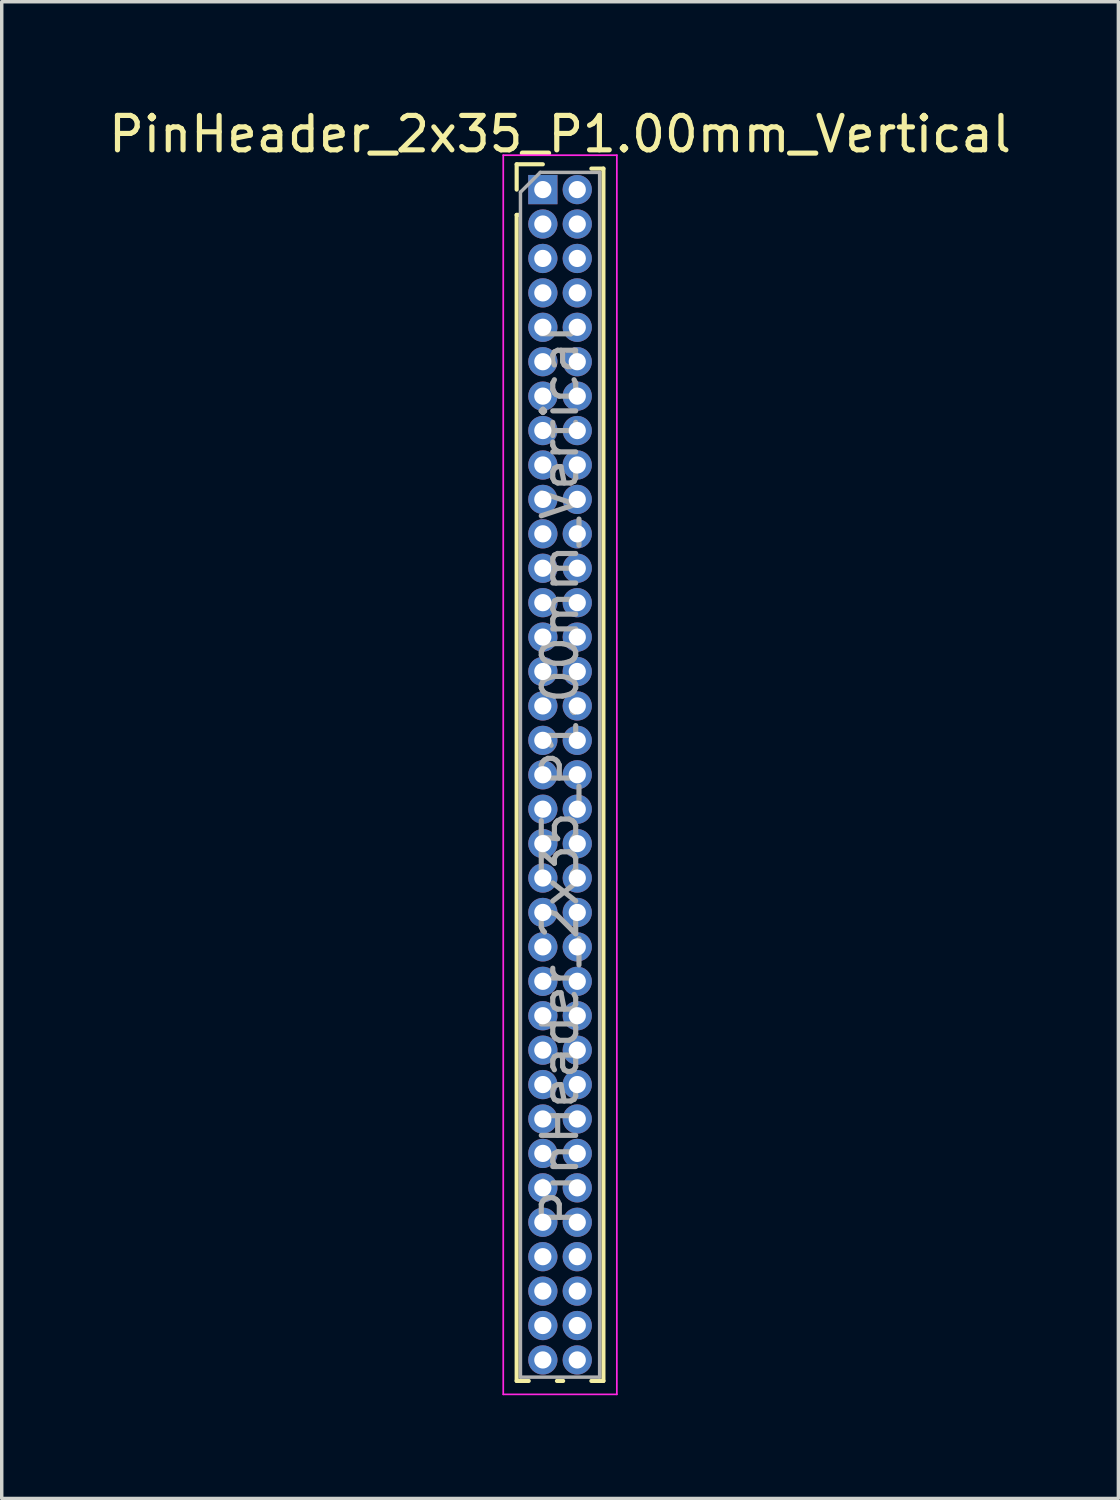
<source format=kicad_pcb>
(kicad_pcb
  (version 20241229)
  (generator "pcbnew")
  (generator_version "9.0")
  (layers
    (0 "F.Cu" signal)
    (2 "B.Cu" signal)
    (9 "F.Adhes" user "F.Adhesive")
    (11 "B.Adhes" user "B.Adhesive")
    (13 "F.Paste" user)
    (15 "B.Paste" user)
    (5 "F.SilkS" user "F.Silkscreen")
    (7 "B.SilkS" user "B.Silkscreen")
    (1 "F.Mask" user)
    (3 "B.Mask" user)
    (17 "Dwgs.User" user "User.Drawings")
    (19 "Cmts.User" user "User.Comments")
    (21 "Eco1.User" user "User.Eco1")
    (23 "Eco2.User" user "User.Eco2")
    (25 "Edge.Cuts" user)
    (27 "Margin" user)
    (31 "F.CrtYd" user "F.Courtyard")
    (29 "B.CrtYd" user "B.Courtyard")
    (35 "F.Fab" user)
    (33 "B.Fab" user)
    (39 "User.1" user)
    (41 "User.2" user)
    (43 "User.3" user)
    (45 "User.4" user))
  (footprint "PinHeader_2x35_P1.00mm_Vertical"
    (layer "F.Cu")
    (at 12.72 2.458)
    (property "Reference" "PinHeader_2x35_P1.00mm_Vertical" (at 0.5 -1.61 0) (layer "F.SilkS") (effects (font (size 1 1) (thickness 0.15))))
    (attr through_hole)
    (fp_line (start -0.76 -0.735) (end 0 -0.735) (stroke (width 0.12) (type solid)) (layer "F.SilkS"))
    (fp_line (start -0.76 0) (end -0.76 -0.735) (stroke (width 0.12) (type solid)) (layer "F.SilkS"))
    (fp_line (start -0.76 0.735) (end -0.76 34.61) (stroke (width 0.12) (type solid)) (layer "F.SilkS"))
    (fp_line (start -0.76 0.735) (end -0.686 0.735) (stroke (width 0.12) (type solid)) (layer "F.SilkS"))
    (fp_line (start -0.76 34.61) (end -0.41 34.61) (stroke (width 0.12) (type solid)) (layer "F.SilkS"))
    (fp_line (start 0.41 34.61) (end 0.59 34.61) (stroke (width 0.12) (type solid)) (layer "F.SilkS"))
    (fp_line (start 1.41 -0.61) (end 1.76 -0.61) (stroke (width 0.12) (type solid)) (layer "F.SilkS"))
    (fp_line (start 1.41 34.61) (end 1.76 34.61) (stroke (width 0.12) (type solid)) (layer "F.SilkS"))
    (fp_line (start 1.76 -0.61) (end 1.76 34.61) (stroke (width 0.12) (type solid)) (layer "F.SilkS"))
    (fp_line (start -1.15 -1) (end -1.15 35) (stroke (width 0.05) (type solid)) (layer "F.CrtYd"))
    (fp_line (start -1.15 35) (end 2.15 35) (stroke (width 0.05) (type solid)) (layer "F.CrtYd"))
    (fp_line (start 2.15 -1) (end -1.15 -1) (stroke (width 0.05) (type solid)) (layer "F.CrtYd"))
    (fp_line (start 2.15 35) (end 2.15 -1) (stroke (width 0.05) (type solid)) (layer "F.CrtYd"))
    (fp_line (start -0.65 0.075) (end -0.075 -0.5) (stroke (width 0.1) (type solid)) (layer "F.Fab"))
    (fp_line (start -0.65 34.5) (end -0.65 0.075) (stroke (width 0.1) (type solid)) (layer "F.Fab"))
    (fp_line (start -0.075 -0.5) (end 1.65 -0.5) (stroke (width 0.1) (type solid)) (layer "F.Fab"))
    (fp_line (start 1.65 -0.5) (end 1.65 34.5) (stroke (width 0.1) (type solid)) (layer "F.Fab"))
    (fp_line (start 1.65 34.5) (end -0.65 34.5) (stroke (width 0.1) (type solid)) (layer "F.Fab"))
    (fp_text user "${REFERENCE}" (at 0.5 17 90) (layer "F.Fab") (effects (font (size 1 1) (thickness 0.15))))
    (pad "1" thru_hole rect (at 0 0) (size 0.85 0.85) (drill 0.5) (layers "*.Cu" "*.Mask"))
    (pad "2" thru_hole circle (at 1 0) (size 0.85 0.85) (drill 0.5) (layers "*.Cu" "*.Mask"))
    (pad "3" thru_hole circle (at 0 1) (size 0.85 0.85) (drill 0.5) (layers "*.Cu" "*.Mask"))
    (pad "4" thru_hole circle (at 1 1) (size 0.85 0.85) (drill 0.5) (layers "*.Cu" "*.Mask"))
    (pad "5" thru_hole circle (at 0 2) (size 0.85 0.85) (drill 0.5) (layers "*.Cu" "*.Mask"))
    (pad "6" thru_hole circle (at 1 2) (size 0.85 0.85) (drill 0.5) (layers "*.Cu" "*.Mask"))
    (pad "7" thru_hole circle (at 0 3) (size 0.85 0.85) (drill 0.5) (layers "*.Cu" "*.Mask"))
    (pad "8" thru_hole circle (at 1 3) (size 0.85 0.85) (drill 0.5) (layers "*.Cu" "*.Mask"))
    (pad "9" thru_hole circle (at 0 4) (size 0.85 0.85) (drill 0.5) (layers "*.Cu" "*.Mask"))
    (pad "10" thru_hole circle (at 1 4) (size 0.85 0.85) (drill 0.5) (layers "*.Cu" "*.Mask"))
    (pad "11" thru_hole circle (at 0 5) (size 0.85 0.85) (drill 0.5) (layers "*.Cu" "*.Mask"))
    (pad "12" thru_hole circle (at 1 5) (size 0.85 0.85) (drill 0.5) (layers "*.Cu" "*.Mask"))
    (pad "13" thru_hole circle (at 0 6) (size 0.85 0.85) (drill 0.5) (layers "*.Cu" "*.Mask"))
    (pad "14" thru_hole circle (at 1 6) (size 0.85 0.85) (drill 0.5) (layers "*.Cu" "*.Mask"))
    (pad "15" thru_hole circle (at 0 7) (size 0.85 0.85) (drill 0.5) (layers "*.Cu" "*.Mask"))
    (pad "16" thru_hole circle (at 1 7) (size 0.85 0.85) (drill 0.5) (layers "*.Cu" "*.Mask"))
    (pad "17" thru_hole circle (at 0 8) (size 0.85 0.85) (drill 0.5) (layers "*.Cu" "*.Mask"))
    (pad "18" thru_hole circle (at 1 8) (size 0.85 0.85) (drill 0.5) (layers "*.Cu" "*.Mask"))
    (pad "19" thru_hole circle (at 0 9) (size 0.85 0.85) (drill 0.5) (layers "*.Cu" "*.Mask"))
    (pad "20" thru_hole circle (at 1 9) (size 0.85 0.85) (drill 0.5) (layers "*.Cu" "*.Mask"))
    (pad "21" thru_hole circle (at 0 10) (size 0.85 0.85) (drill 0.5) (layers "*.Cu" "*.Mask"))
    (pad "22" thru_hole circle (at 1 10) (size 0.85 0.85) (drill 0.5) (layers "*.Cu" "*.Mask"))
    (pad "23" thru_hole circle (at 0 11) (size 0.85 0.85) (drill 0.5) (layers "*.Cu" "*.Mask"))
    (pad "24" thru_hole circle (at 1 11) (size 0.85 0.85) (drill 0.5) (layers "*.Cu" "*.Mask"))
    (pad "25" thru_hole circle (at 0 12) (size 0.85 0.85) (drill 0.5) (layers "*.Cu" "*.Mask"))
    (pad "26" thru_hole circle (at 1 12) (size 0.85 0.85) (drill 0.5) (layers "*.Cu" "*.Mask"))
    (pad "27" thru_hole circle (at 0 13) (size 0.85 0.85) (drill 0.5) (layers "*.Cu" "*.Mask"))
    (pad "28" thru_hole circle (at 1 13) (size 0.85 0.85) (drill 0.5) (layers "*.Cu" "*.Mask"))
    (pad "29" thru_hole circle (at 0 14) (size 0.85 0.85) (drill 0.5) (layers "*.Cu" "*.Mask"))
    (pad "30" thru_hole circle (at 1 14) (size 0.85 0.85) (drill 0.5) (layers "*.Cu" "*.Mask"))
    (pad "31" thru_hole circle (at 0 15) (size 0.85 0.85) (drill 0.5) (layers "*.Cu" "*.Mask"))
    (pad "32" thru_hole circle (at 1 15) (size 0.85 0.85) (drill 0.5) (layers "*.Cu" "*.Mask"))
    (pad "33" thru_hole circle (at 0 16) (size 0.85 0.85) (drill 0.5) (layers "*.Cu" "*.Mask"))
    (pad "34" thru_hole circle (at 1 16) (size 0.85 0.85) (drill 0.5) (layers "*.Cu" "*.Mask"))
    (pad "35" thru_hole circle (at 0 17) (size 0.85 0.85) (drill 0.5) (layers "*.Cu" "*.Mask"))
    (pad "36" thru_hole circle (at 1 17) (size 0.85 0.85) (drill 0.5) (layers "*.Cu" "*.Mask"))
    (pad "37" thru_hole circle (at 0 18) (size 0.85 0.85) (drill 0.5) (layers "*.Cu" "*.Mask"))
    (pad "38" thru_hole circle (at 1 18) (size 0.85 0.85) (drill 0.5) (layers "*.Cu" "*.Mask"))
    (pad "39" thru_hole circle (at 0 19) (size 0.85 0.85) (drill 0.5) (layers "*.Cu" "*.Mask"))
    (pad "40" thru_hole circle (at 1 19) (size 0.85 0.85) (drill 0.5) (layers "*.Cu" "*.Mask"))
    (pad "41" thru_hole circle (at 0 20) (size 0.85 0.85) (drill 0.5) (layers "*.Cu" "*.Mask"))
    (pad "42" thru_hole circle (at 1 20) (size 0.85 0.85) (drill 0.5) (layers "*.Cu" "*.Mask"))
    (pad "43" thru_hole circle (at 0 21) (size 0.85 0.85) (drill 0.5) (layers "*.Cu" "*.Mask"))
    (pad "44" thru_hole circle (at 1 21) (size 0.85 0.85) (drill 0.5) (layers "*.Cu" "*.Mask"))
    (pad "45" thru_hole circle (at 0 22) (size 0.85 0.85) (drill 0.5) (layers "*.Cu" "*.Mask"))
    (pad "46" thru_hole circle (at 1 22) (size 0.85 0.85) (drill 0.5) (layers "*.Cu" "*.Mask"))
    (pad "47" thru_hole circle (at 0 23) (size 0.85 0.85) (drill 0.5) (layers "*.Cu" "*.Mask"))
    (pad "48" thru_hole circle (at 1 23) (size 0.85 0.85) (drill 0.5) (layers "*.Cu" "*.Mask"))
    (pad "49" thru_hole circle (at 0 24) (size 0.85 0.85) (drill 0.5) (layers "*.Cu" "*.Mask"))
    (pad "50" thru_hole circle (at 1 24) (size 0.85 0.85) (drill 0.5) (layers "*.Cu" "*.Mask"))
    (pad "51" thru_hole circle (at 0 25) (size 0.85 0.85) (drill 0.5) (layers "*.Cu" "*.Mask"))
    (pad "52" thru_hole circle (at 1 25) (size 0.85 0.85) (drill 0.5) (layers "*.Cu" "*.Mask"))
    (pad "53" thru_hole circle (at 0 26) (size 0.85 0.85) (drill 0.5) (layers "*.Cu" "*.Mask"))
    (pad "54" thru_hole circle (at 1 26) (size 0.85 0.85) (drill 0.5) (layers "*.Cu" "*.Mask"))
    (pad "55" thru_hole circle (at 0 27) (size 0.85 0.85) (drill 0.5) (layers "*.Cu" "*.Mask"))
    (pad "56" thru_hole circle (at 1 27) (size 0.85 0.85) (drill 0.5) (layers "*.Cu" "*.Mask"))
    (pad "57" thru_hole circle (at 0 28) (size 0.85 0.85) (drill 0.5) (layers "*.Cu" "*.Mask"))
    (pad "58" thru_hole circle (at 1 28) (size 0.85 0.85) (drill 0.5) (layers "*.Cu" "*.Mask"))
    (pad "59" thru_hole circle (at 0 29) (size 0.85 0.85) (drill 0.5) (layers "*.Cu" "*.Mask"))
    (pad "60" thru_hole circle (at 1 29) (size 0.85 0.85) (drill 0.5) (layers "*.Cu" "*.Mask"))
    (pad "61" thru_hole circle (at 0 30) (size 0.85 0.85) (drill 0.5) (layers "*.Cu" "*.Mask"))
    (pad "62" thru_hole circle (at 1 30) (size 0.85 0.85) (drill 0.5) (layers "*.Cu" "*.Mask"))
    (pad "63" thru_hole circle (at 0 31) (size 0.85 0.85) (drill 0.5) (layers "*.Cu" "*.Mask"))
    (pad "64" thru_hole circle (at 1 31) (size 0.85 0.85) (drill 0.5) (layers "*.Cu" "*.Mask"))
    (pad "65" thru_hole circle (at 0 32) (size 0.85 0.85) (drill 0.5) (layers "*.Cu" "*.Mask"))
    (pad "66" thru_hole circle (at 1 32) (size 0.85 0.85) (drill 0.5) (layers "*.Cu" "*.Mask"))
    (pad "67" thru_hole circle (at 0 33) (size 0.85 0.85) (drill 0.5) (layers "*.Cu" "*.Mask"))
    (pad "68" thru_hole circle (at 1 33) (size 0.85 0.85) (drill 0.5) (layers "*.Cu" "*.Mask"))
    (pad "69" thru_hole circle (at 0 34) (size 0.85 0.85) (drill 0.5) (layers "*.Cu" "*.Mask"))
    (pad "70" thru_hole circle (at 1 34) (size 0.85 0.85) (drill 0.5) (layers "*.Cu" "*.Mask")))
  (gr_rect
    (start -3 -3)
    (end 29.44 40.483)
    (stroke (width 0.1) (type default))
    (fill no)
    (layer "Edge.Cuts")))
</source>
